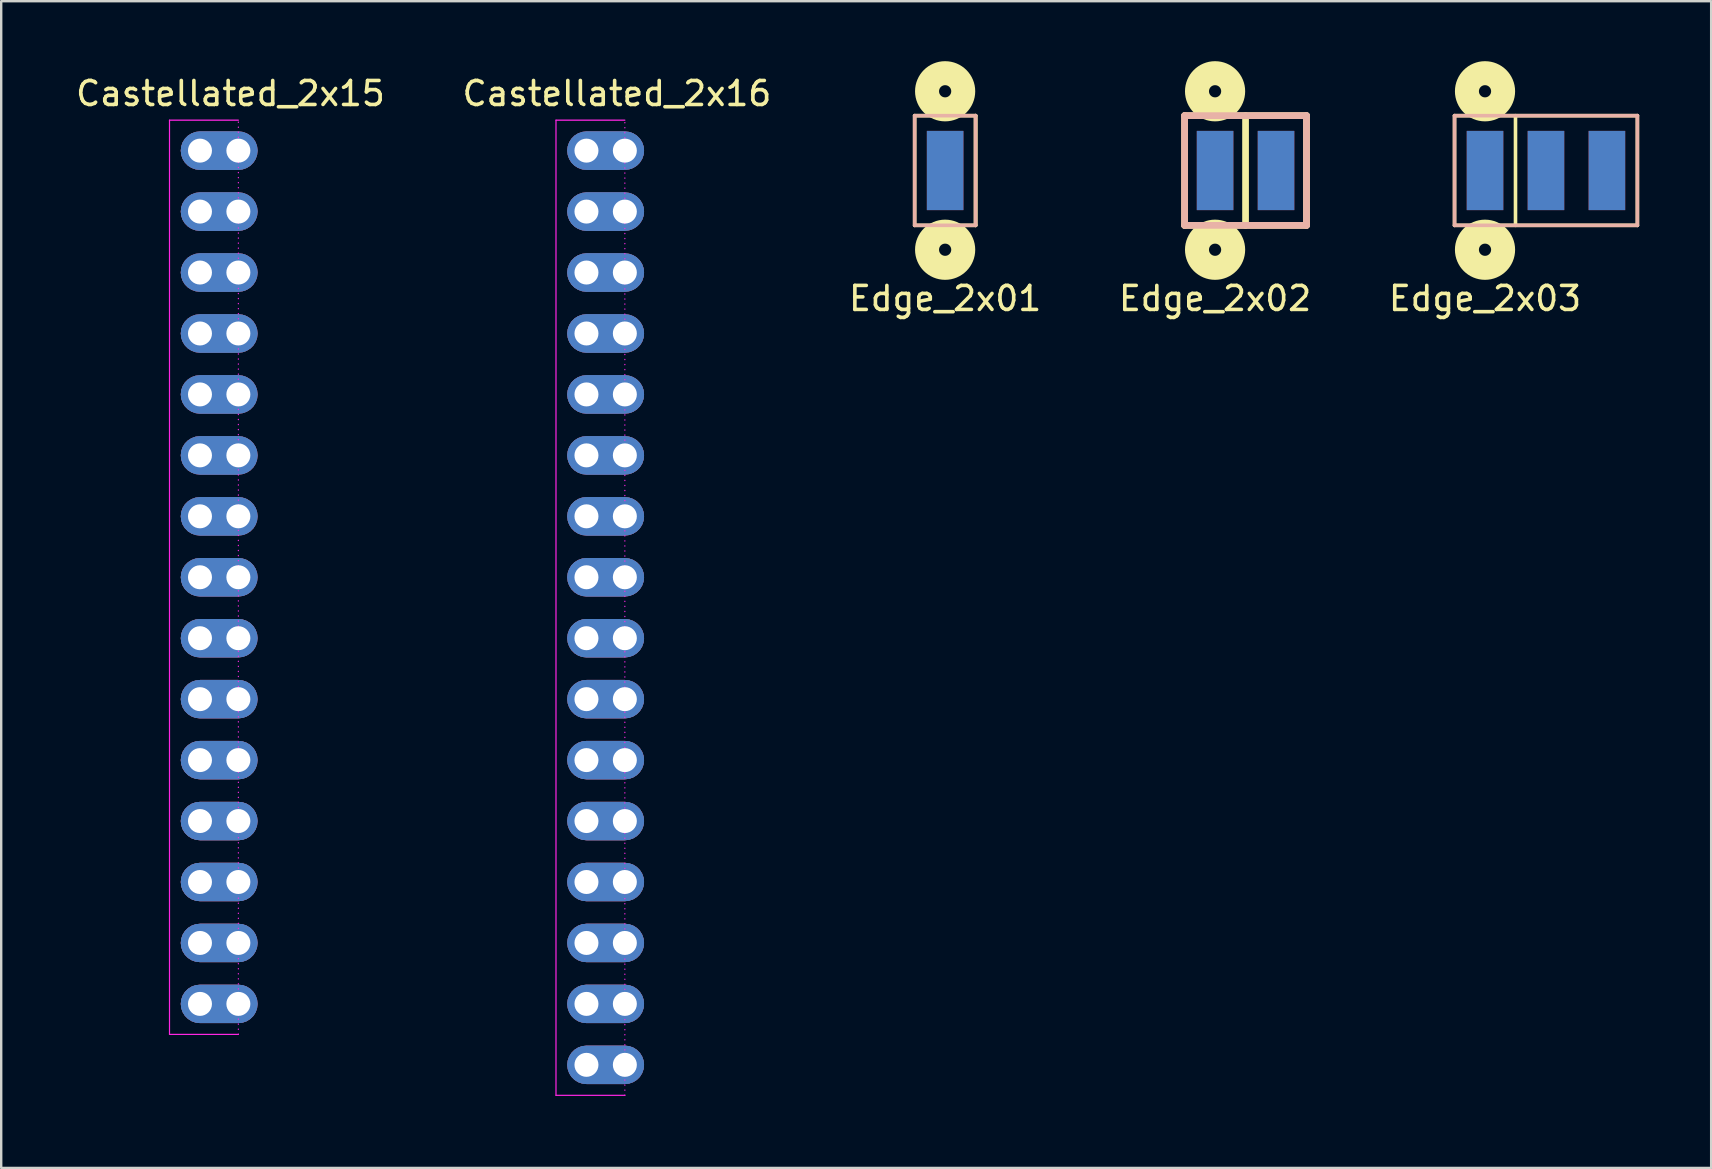
<source format=kicad_pcb>
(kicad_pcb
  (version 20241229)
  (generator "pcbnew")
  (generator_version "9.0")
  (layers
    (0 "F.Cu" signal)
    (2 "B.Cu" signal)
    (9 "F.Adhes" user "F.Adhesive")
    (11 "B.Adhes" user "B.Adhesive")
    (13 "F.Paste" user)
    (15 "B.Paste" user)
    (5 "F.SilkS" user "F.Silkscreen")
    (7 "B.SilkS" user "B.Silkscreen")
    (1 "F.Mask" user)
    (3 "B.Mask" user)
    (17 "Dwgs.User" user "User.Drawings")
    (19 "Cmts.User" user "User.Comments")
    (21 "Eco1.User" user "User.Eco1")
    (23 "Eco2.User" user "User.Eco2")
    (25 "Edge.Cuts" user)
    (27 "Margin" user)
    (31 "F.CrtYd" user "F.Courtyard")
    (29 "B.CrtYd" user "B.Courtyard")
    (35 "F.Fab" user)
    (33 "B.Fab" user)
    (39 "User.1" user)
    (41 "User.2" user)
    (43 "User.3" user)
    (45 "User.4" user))
  (footprint "Edge_2x01"
    (layer "F.Cu")
    (at 36.339 4.056)
    (property "Reference" "Edge_2x01" (at 0 5.334 0) (layer "F.SilkS") (effects (font (size 1 1) (thickness 0.15))))
    (attr through_hole)
    (fp_line (start -1.27 -2.286) (end -1.27 2.286) (stroke (width 0.15) (type solid)) (layer "F.SilkS"))
    (fp_line (start -1.27 2.286) (end 1.27 2.286) (stroke (width 0.15) (type solid)) (layer "F.SilkS"))
    (fp_line (start 1.27 -2.286) (end -1.27 -2.286) (stroke (width 0.15) (type solid)) (layer "F.SilkS"))
    (fp_line (start 1.27 2.286) (end 1.27 -2.286) (stroke (width 0.15) (type solid)) (layer "F.SilkS"))
    (fp_line (start 1.27 2.286) (end 1.27 -2.286) (stroke (width 0.15) (type solid)) (layer "F.SilkS"))
    (fp_circle (center 0 -3.302) (end 0.254 -3.302) (stroke (width 1) (type solid)) (fill no) (layer "F.SilkS"))
    (fp_circle (center 0 3.302) (end 0.254 3.302) (stroke (width 1) (type solid)) (fill no) (layer "F.SilkS"))
    (fp_line (start -1.27 -2.286) (end -1.27 2.286) (stroke (width 0.15) (type solid)) (layer "B.SilkS"))
    (fp_line (start -1.27 2.286) (end 1.27 2.286) (stroke (width 0.15) (type solid)) (layer "B.SilkS"))
    (fp_line (start 1.27 -2.286) (end -1.27 -2.286) (stroke (width 0.15) (type solid)) (layer "B.SilkS"))
    (fp_line (start 1.27 2.286) (end 1.27 -2.286) (stroke (width 0.15) (type solid)) (layer "B.SilkS"))
    (pad "1" smd rect (at 0 0) (size 1.524 3.302) (layers "F.Cu" "F.Mask" "F.Paste"))
    (pad "2" smd rect (at 0 0) (size 1.524 3.302) (layers "B.Cu" "B.Mask" "B.Paste")))
  (footprint "Castellated_2x16"
    (layer "F.Cu")
    (at 21.391 3.228)
    (property "Reference" "Castellated_2x16" (at 1.27 -2.38 0) (layer "F.SilkS") (effects (font (size 1 1) (thickness 0.15))))
    (attr through_hole)
    (fp_line (start 1.6 -1.27) (end 1.6 39.37) (stroke (width 0.001) (type solid)) (layer "Edge.Cuts"))
    (fp_line (start -1.27 -1.27) (end -1.27 39.37) (stroke (width 0.05) (type solid)) (layer "F.CrtYd"))
    (fp_line (start -1.27 39.37) (end 1.6 39.37) (stroke (width 0.05) (type solid)) (layer "F.CrtYd"))
    (fp_line (start 1.6 -1.27) (end -1.27 -1.27) (stroke (width 0.05) (type solid)) (layer "F.CrtYd"))
    (fp_line (start 1.6 39.37) (end 1.6 -1.27) (stroke (width 0.05) (type dot)) (layer "F.CrtYd"))
    (pad "1" thru_hole roundrect (at 0 0) (size 3.2 1.6) (drill 1 (offset 0.8 0)) (layers "*.Cu" "*.Mask") (roundrect_rratio 0.5))
    (pad "1" thru_hole roundrect (at 1.6 0) (size 3.2 1.6) (drill 1 (offset -0.8 0)) (layers "*.Cu" "*.Mask") (roundrect_rratio 0.5))
    (pad "2" thru_hole roundrect (at 0 2.54) (size 3.2 1.6) (drill 1 (offset 0.8 0)) (layers "*.Cu" "*.Mask") (roundrect_rratio 0.5))
    (pad "2" thru_hole roundrect (at 1.6 2.54) (size 3.2 1.6) (drill 1 (offset -0.8 0)) (layers "*.Cu" "*.Mask") (roundrect_rratio 0.5))
    (pad "3" thru_hole roundrect (at 0 5.08) (size 3.2 1.6) (drill 1 (offset 0.8 0)) (layers "*.Cu" "*.Mask") (roundrect_rratio 0.5))
    (pad "3" thru_hole roundrect (at 1.6 5.08) (size 3.2 1.6) (drill 1 (offset -0.8 0)) (layers "*.Cu" "*.Mask") (roundrect_rratio 0.5))
    (pad "4" thru_hole roundrect (at 0 7.62) (size 3.2 1.6) (drill 1 (offset 0.8 0)) (layers "*.Cu" "*.Mask") (roundrect_rratio 0.5))
    (pad "4" thru_hole roundrect (at 1.6 7.62) (size 3.2 1.6) (drill 1 (offset -0.8 0)) (layers "*.Cu" "*.Mask") (roundrect_rratio 0.5))
    (pad "5" thru_hole roundrect (at 0 10.16) (size 3.2 1.6) (drill 1 (offset 0.8 0)) (layers "*.Cu" "*.Mask") (roundrect_rratio 0.5))
    (pad "5" thru_hole roundrect (at 1.6 10.16) (size 3.2 1.6) (drill 1 (offset -0.8 0)) (layers "*.Cu" "*.Mask") (roundrect_rratio 0.5))
    (pad "6" thru_hole roundrect (at 0 12.7) (size 3.2 1.6) (drill 1 (offset 0.8 0)) (layers "*.Cu" "*.Mask") (roundrect_rratio 0.5))
    (pad "6" thru_hole roundrect (at 1.6 12.7) (size 3.2 1.6) (drill 1 (offset -0.8 0)) (layers "*.Cu" "*.Mask") (roundrect_rratio 0.5))
    (pad "7" thru_hole roundrect (at 0 15.24) (size 3.2 1.6) (drill 1 (offset 0.8 0)) (layers "*.Cu" "*.Mask") (roundrect_rratio 0.5))
    (pad "7" thru_hole roundrect (at 1.6 15.24) (size 3.2 1.6) (drill 1 (offset -0.8 0)) (layers "*.Cu" "*.Mask") (roundrect_rratio 0.5))
    (pad "8" thru_hole roundrect (at 0 17.78) (size 3.2 1.6) (drill 1 (offset 0.8 0)) (layers "*.Cu" "*.Mask") (roundrect_rratio 0.5))
    (pad "8" thru_hole roundrect (at 1.6 17.78) (size 3.2 1.6) (drill 1 (offset -0.8 0)) (layers "*.Cu" "*.Mask") (roundrect_rratio 0.5))
    (pad "9" thru_hole roundrect (at 0 20.32) (size 3.2 1.6) (drill 1 (offset 0.8 0)) (layers "*.Cu" "*.Mask") (roundrect_rratio 0.5))
    (pad "9" thru_hole roundrect (at 1.6 20.32) (size 3.2 1.6) (drill 1 (offset -0.8 0)) (layers "*.Cu" "*.Mask") (roundrect_rratio 0.5))
    (pad "10" thru_hole roundrect (at 0 22.86) (size 3.2 1.6) (drill 1 (offset 0.8 0)) (layers "*.Cu" "*.Mask") (roundrect_rratio 0.5))
    (pad "10" thru_hole roundrect (at 1.6 22.86) (size 3.2 1.6) (drill 1 (offset -0.8 0)) (layers "*.Cu" "*.Mask") (roundrect_rratio 0.5))
    (pad "11" thru_hole roundrect (at 0 25.4) (size 3.2 1.6) (drill 1 (offset 0.8 0)) (layers "*.Cu" "*.Mask") (roundrect_rratio 0.5))
    (pad "11" thru_hole roundrect (at 1.6 25.4) (size 3.2 1.6) (drill 1 (offset -0.8 0)) (layers "*.Cu" "*.Mask") (roundrect_rratio 0.5))
    (pad "12" thru_hole roundrect (at 0 27.94) (size 3.2 1.6) (drill 1 (offset 0.8 0)) (layers "*.Cu" "*.Mask") (roundrect_rratio 0.5))
    (pad "12" thru_hole roundrect (at 1.6 27.94) (size 3.2 1.6) (drill 1 (offset -0.8 0)) (layers "*.Cu" "*.Mask") (roundrect_rratio 0.5))
    (pad "13" thru_hole roundrect (at 0 30.48) (size 3.2 1.6) (drill 1 (offset 0.8 0)) (layers "*.Cu" "*.Mask") (roundrect_rratio 0.5))
    (pad "13" thru_hole roundrect (at 1.6 30.48) (size 3.2 1.6) (drill 1 (offset -0.8 0)) (layers "*.Cu" "*.Mask") (roundrect_rratio 0.5))
    (pad "14" thru_hole roundrect (at 0 33.02) (size 3.2 1.6) (drill 1 (offset 0.8 0)) (layers "*.Cu" "*.Mask") (roundrect_rratio 0.5))
    (pad "14" thru_hole roundrect (at 1.6 33.02) (size 3.2 1.6) (drill 1 (offset -0.8 0)) (layers "*.Cu" "*.Mask") (roundrect_rratio 0.5))
    (pad "15" thru_hole roundrect (at 0 35.56) (size 3.2 1.6) (drill 1 (offset 0.8 0)) (layers "*.Cu" "*.Mask") (roundrect_rratio 0.5))
    (pad "15" thru_hole roundrect (at 1.6 35.56) (size 3.2 1.6) (drill 1 (offset -0.8 0)) (layers "*.Cu" "*.Mask") (roundrect_rratio 0.5))
    (pad "16" thru_hole roundrect (at 0 38.1) (size 3.2 1.6) (drill 1 (offset 0.8 0)) (layers "*.Cu" "*.Mask") (roundrect_rratio 0.5))
    (pad "16" thru_hole roundrect (at 1.6 38.1) (size 3.2 1.6) (drill 1 (offset -0.8 0)) (layers "*.Cu" "*.Mask") (roundrect_rratio 0.5)))
  (footprint "Edge_2x02"
    (layer "F.Cu")
    (at 47.589 4.056)
    (property "Reference" "Edge_2x02" (at 0 5.334 0) (layer "F.SilkS") (effects (font (size 1 1) (thickness 0.15))))
    (attr through_hole)
    (fp_line (start -1.27 -2.286) (end -1.27 2.286) (stroke (width 0.28) (type solid)) (layer "F.SilkS"))
    (fp_line (start -1.27 2.286) (end 3.81 2.286) (stroke (width 0.28) (type solid)) (layer "F.SilkS"))
    (fp_line (start 1.27 2.286) (end 1.27 -2.286) (stroke (width 0.28) (type solid)) (layer "F.SilkS"))
    (fp_line (start 3.81 -2.286) (end -1.27 -2.286) (stroke (width 0.28) (type solid)) (layer "F.SilkS"))
    (fp_line (start 3.81 2.286) (end 3.81 -2.286) (stroke (width 0.28) (type solid)) (layer "F.SilkS"))
    (fp_circle (center 0 -3.302) (end 0.254 -3.302) (stroke (width 1) (type solid)) (fill no) (layer "F.SilkS"))
    (fp_circle (center 0 3.302) (end 0.254 3.302) (stroke (width 1) (type solid)) (fill no) (layer "F.SilkS"))
    (fp_line (start -1.27 -2.286) (end -1.27 2.286) (stroke (width 0.28) (type solid)) (layer "B.SilkS"))
    (fp_line (start -1.27 2.286) (end 3.81 2.286) (stroke (width 0.28) (type solid)) (layer "B.SilkS"))
    (fp_line (start 3.81 -2.286) (end -1.27 -2.286) (stroke (width 0.28) (type solid)) (layer "B.SilkS"))
    (fp_line (start 3.81 2.286) (end 3.81 -2.286) (stroke (width 0.28) (type solid)) (layer "B.SilkS"))
    (pad "1" smd rect (at 0 0) (size 1.524 3.302) (layers "F.Cu" "F.Mask" "F.Paste"))
    (pad "2" smd rect (at 0 0) (size 1.524 3.302) (layers "B.Cu" "B.Mask" "B.Paste"))
    (pad "3" smd rect (at 2.54 0) (size 1.524 3.302) (layers "F.Cu" "F.Mask" "F.Paste"))
    (pad "4" smd rect (at 2.54 0) (size 1.524 3.302) (layers "B.Cu" "B.Mask" "B.Paste")))
  (footprint "Castellated_2x15"
    (layer "F.Cu")
    (at 5.284 3.228)
    (property "Reference" "Castellated_2x15" (at 1.27 -2.38 0) (layer "F.SilkS") (effects (font (size 1 1) (thickness 0.15))))
    (attr through_hole)
    (fp_line (start 1.6 -1.27) (end 1.6 36.83) (stroke (width 0.001) (type solid)) (layer "Edge.Cuts"))
    (fp_line (start -1.27 -1.27) (end -1.27 36.83) (stroke (width 0.05) (type solid)) (layer "F.CrtYd"))
    (fp_line (start -1.27 36.83) (end 1.6 36.83) (stroke (width 0.05) (type solid)) (layer "F.CrtYd"))
    (fp_line (start 1.6 -1.27) (end -1.27 -1.27) (stroke (width 0.05) (type solid)) (layer "F.CrtYd"))
    (fp_line (start 1.6 36.83) (end 1.6 -1.27) (stroke (width 0.05) (type dot)) (layer "F.CrtYd"))
    (pad "1" thru_hole roundrect (at 0 0) (size 3.2 1.6) (drill 1 (offset 0.8 0)) (layers "*.Cu" "*.Mask") (roundrect_rratio 0.5))
    (pad "1" thru_hole roundrect (at 1.6 0) (size 3.2 1.6) (drill 1 (offset -0.8 0)) (layers "*.Cu" "*.Mask") (roundrect_rratio 0.5))
    (pad "2" thru_hole roundrect (at 0 2.54) (size 3.2 1.6) (drill 1 (offset 0.8 0)) (layers "*.Cu" "*.Mask") (roundrect_rratio 0.5))
    (pad "2" thru_hole roundrect (at 1.6 2.54) (size 3.2 1.6) (drill 1 (offset -0.8 0)) (layers "*.Cu" "*.Mask") (roundrect_rratio 0.5))
    (pad "3" thru_hole roundrect (at 0 5.08) (size 3.2 1.6) (drill 1 (offset 0.8 0)) (layers "*.Cu" "*.Mask") (roundrect_rratio 0.5))
    (pad "3" thru_hole roundrect (at 1.6 5.08) (size 3.2 1.6) (drill 1 (offset -0.8 0)) (layers "*.Cu" "*.Mask") (roundrect_rratio 0.5))
    (pad "4" thru_hole roundrect (at 0 7.62) (size 3.2 1.6) (drill 1 (offset 0.8 0)) (layers "*.Cu" "*.Mask") (roundrect_rratio 0.5))
    (pad "4" thru_hole roundrect (at 1.6 7.62) (size 3.2 1.6) (drill 1 (offset -0.8 0)) (layers "*.Cu" "*.Mask") (roundrect_rratio 0.5))
    (pad "5" thru_hole roundrect (at 0 10.16) (size 3.2 1.6) (drill 1 (offset 0.8 0)) (layers "*.Cu" "*.Mask") (roundrect_rratio 0.5))
    (pad "5" thru_hole roundrect (at 1.6 10.16) (size 3.2 1.6) (drill 1 (offset -0.8 0)) (layers "*.Cu" "*.Mask") (roundrect_rratio 0.5))
    (pad "6" thru_hole roundrect (at 0 12.7) (size 3.2 1.6) (drill 1 (offset 0.8 0)) (layers "*.Cu" "*.Mask") (roundrect_rratio 0.5))
    (pad "6" thru_hole roundrect (at 1.6 12.7) (size 3.2 1.6) (drill 1 (offset -0.8 0)) (layers "*.Cu" "*.Mask") (roundrect_rratio 0.5))
    (pad "7" thru_hole roundrect (at 0 15.24) (size 3.2 1.6) (drill 1 (offset 0.8 0)) (layers "*.Cu" "*.Mask") (roundrect_rratio 0.5))
    (pad "7" thru_hole roundrect (at 1.6 15.24) (size 3.2 1.6) (drill 1 (offset -0.8 0)) (layers "*.Cu" "*.Mask") (roundrect_rratio 0.5))
    (pad "8" thru_hole roundrect (at 0 17.78) (size 3.2 1.6) (drill 1 (offset 0.8 0)) (layers "*.Cu" "*.Mask") (roundrect_rratio 0.5))
    (pad "8" thru_hole roundrect (at 1.6 17.78) (size 3.2 1.6) (drill 1 (offset -0.8 0)) (layers "*.Cu" "*.Mask") (roundrect_rratio 0.5))
    (pad "9" thru_hole roundrect (at 0 20.32) (size 3.2 1.6) (drill 1 (offset 0.8 0)) (layers "*.Cu" "*.Mask") (roundrect_rratio 0.5))
    (pad "9" thru_hole roundrect (at 1.6 20.32) (size 3.2 1.6) (drill 1 (offset -0.8 0)) (layers "*.Cu" "*.Mask") (roundrect_rratio 0.5))
    (pad "10" thru_hole roundrect (at 0 22.86) (size 3.2 1.6) (drill 1 (offset 0.8 0)) (layers "*.Cu" "*.Mask") (roundrect_rratio 0.5))
    (pad "10" thru_hole roundrect (at 1.6 22.86) (size 3.2 1.6) (drill 1 (offset -0.8 0)) (layers "*.Cu" "*.Mask") (roundrect_rratio 0.5))
    (pad "11" thru_hole roundrect (at 0 25.4) (size 3.2 1.6) (drill 1 (offset 0.8 0)) (layers "*.Cu" "*.Mask") (roundrect_rratio 0.5))
    (pad "11" thru_hole roundrect (at 1.6 25.4) (size 3.2 1.6) (drill 1 (offset -0.8 0)) (layers "*.Cu" "*.Mask") (roundrect_rratio 0.5))
    (pad "12" thru_hole roundrect (at 0 27.94) (size 3.2 1.6) (drill 1 (offset 0.8 0)) (layers "*.Cu" "*.Mask") (roundrect_rratio 0.5))
    (pad "12" thru_hole roundrect (at 1.6 27.94) (size 3.2 1.6) (drill 1 (offset -0.8 0)) (layers "*.Cu" "*.Mask") (roundrect_rratio 0.5))
    (pad "13" thru_hole roundrect (at 0 30.48) (size 3.2 1.6) (drill 1 (offset 0.8 0)) (layers "*.Cu" "*.Mask") (roundrect_rratio 0.5))
    (pad "13" thru_hole roundrect (at 1.6 30.48) (size 3.2 1.6) (drill 1 (offset -0.8 0)) (layers "*.Cu" "*.Mask") (roundrect_rratio 0.5))
    (pad "14" thru_hole roundrect (at 0 33.02) (size 3.2 1.6) (drill 1 (offset 0.8 0)) (layers "*.Cu" "*.Mask") (roundrect_rratio 0.5))
    (pad "14" thru_hole roundrect (at 1.6 33.02) (size 3.2 1.6) (drill 1 (offset -0.8 0)) (layers "*.Cu" "*.Mask") (roundrect_rratio 0.5))
    (pad "15" thru_hole roundrect (at 0 35.56) (size 3.2 1.6) (drill 1 (offset 0.8 0)) (layers "*.Cu" "*.Mask") (roundrect_rratio 0.5))
    (pad "15" thru_hole roundrect (at 1.6 35.56) (size 3.2 1.6) (drill 1 (offset -0.8 0)) (layers "*.Cu" "*.Mask") (roundrect_rratio 0.5)))
  (footprint "Edge_2x03"
    (layer "F.Cu")
    (at 58.839 4.056)
    (property "Reference" "Edge_2x03" (at 0 5.334 0) (layer "F.SilkS") (effects (font (size 1 1) (thickness 0.15))))
    (attr through_hole)
    (fp_line (start -1.27 -2.286) (end -1.27 2.286) (stroke (width 0.15) (type solid)) (layer "F.SilkS"))
    (fp_line (start -1.27 2.286) (end 6.35 2.286) (stroke (width 0.15) (type solid)) (layer "F.SilkS"))
    (fp_line (start 1.27 2.286) (end 1.27 -2.286) (stroke (width 0.15) (type solid)) (layer "F.SilkS"))
    (fp_line (start 6.35 -2.286) (end -1.27 -2.286) (stroke (width 0.15) (type solid)) (layer "F.SilkS"))
    (fp_line (start 6.35 2.286) (end 6.35 -2.286) (stroke (width 0.15) (type solid)) (layer "F.SilkS"))
    (fp_circle (center 0 -3.302) (end 0.254 -3.302) (stroke (width 1) (type solid)) (fill no) (layer "F.SilkS"))
    (fp_circle (center 0 3.302) (end 0.254 3.302) (stroke (width 1) (type solid)) (fill no) (layer "F.SilkS"))
    (fp_line (start -1.27 -2.286) (end -1.27 2.286) (stroke (width 0.15) (type solid)) (layer "B.SilkS"))
    (fp_line (start -1.27 2.286) (end 6.35 2.286) (stroke (width 0.15) (type solid)) (layer "B.SilkS"))
    (fp_line (start 6.35 -2.286) (end -1.27 -2.286) (stroke (width 0.15) (type solid)) (layer "B.SilkS"))
    (fp_line (start 6.35 2.286) (end 6.35 -2.286) (stroke (width 0.15) (type solid)) (layer "B.SilkS"))
    (pad "1" smd rect (at 0 0) (size 1.524 3.302) (layers "F.Cu" "F.Mask" "F.Paste"))
    (pad "2" smd rect (at 0 0) (size 1.524 3.302) (layers "B.Cu" "B.Mask" "B.Paste"))
    (pad "3" smd rect (at 2.54 0) (size 1.524 3.302) (layers "F.Cu" "F.Mask" "F.Paste"))
    (pad "4" smd rect (at 2.54 0) (size 1.524 3.302) (layers "B.Cu" "B.Mask" "B.Paste"))
    (pad "5" smd rect (at 5.08 0) (size 1.524 3.302) (layers "F.Cu" "F.Mask" "F.Paste"))
    (pad "6" smd rect (at 5.08 0) (size 1.524 3.302) (layers "B.Cu" "B.Mask" "B.Paste")))
  (gr_rect
    (start -3 -3)
    (end 68.264 45.623)
    (stroke (width 0.1) (type default))
    (fill no)
    (layer "Edge.Cuts")))
</source>
